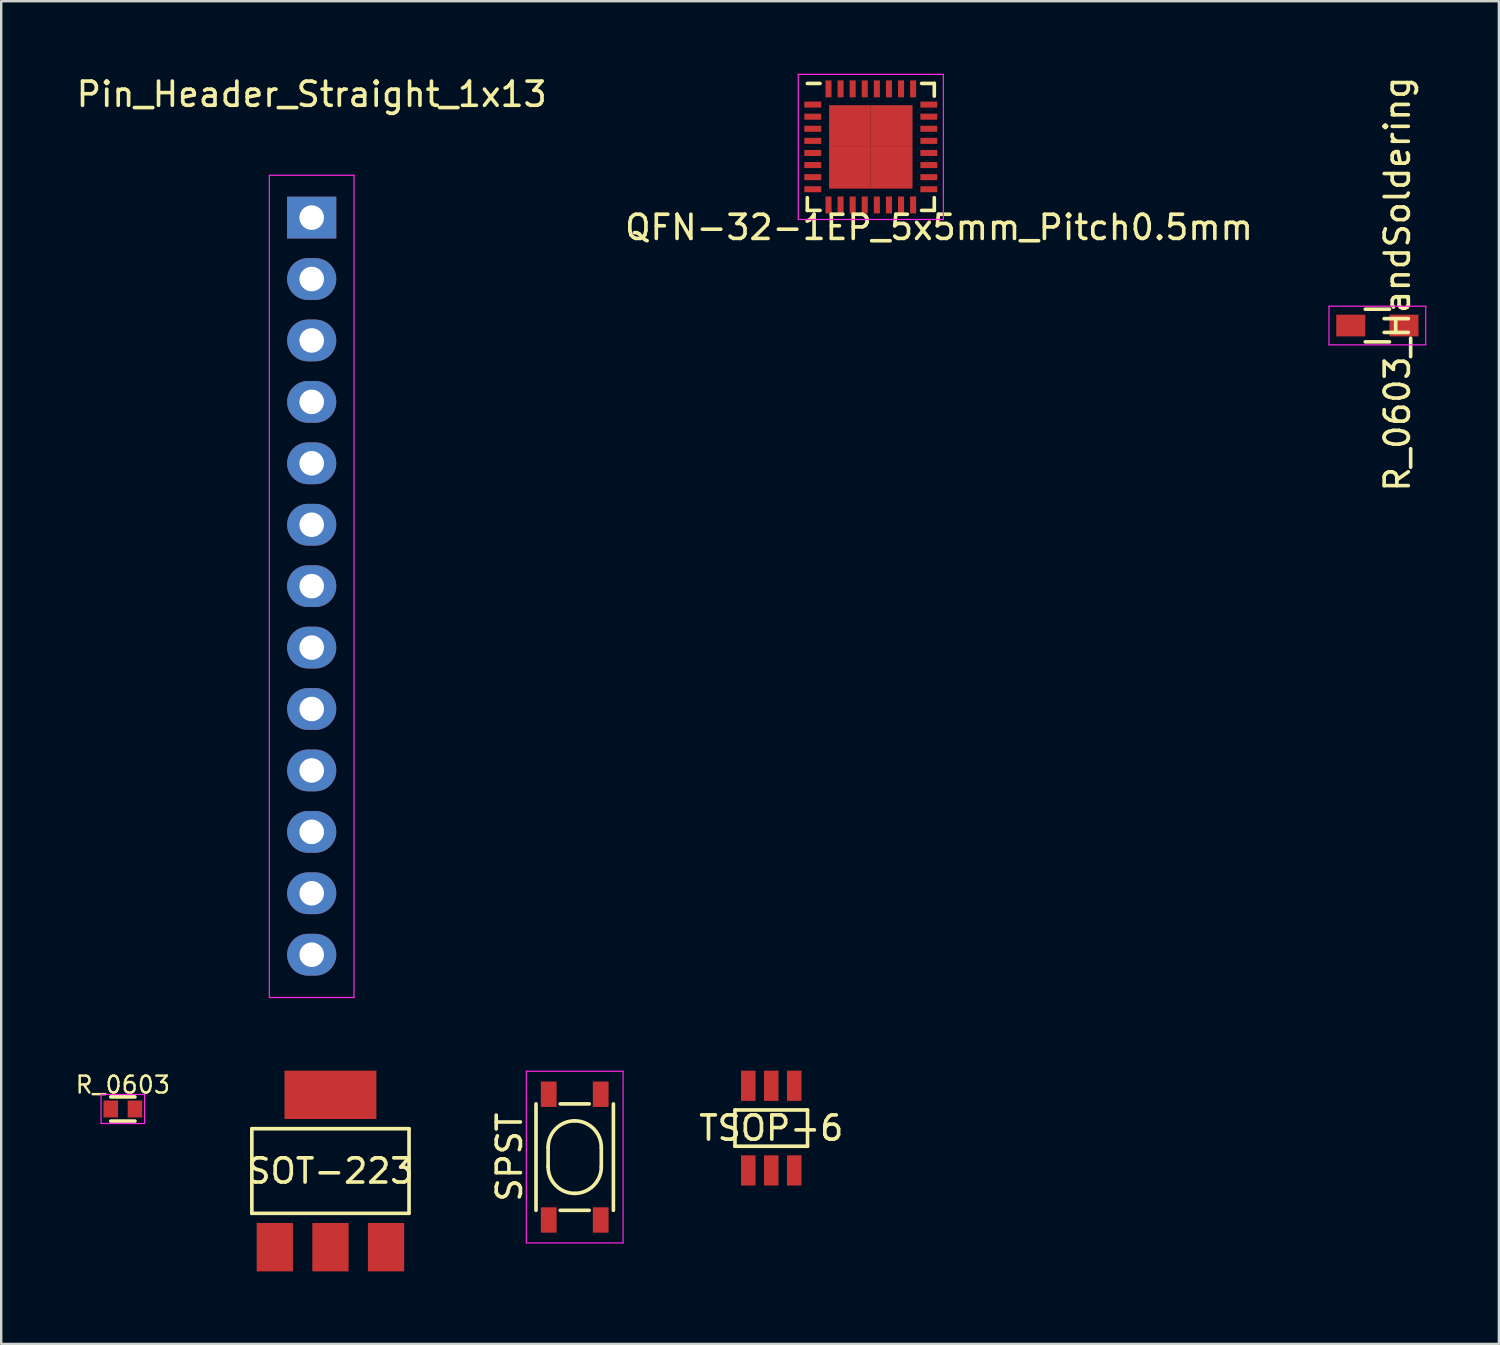
<source format=kicad_pcb>
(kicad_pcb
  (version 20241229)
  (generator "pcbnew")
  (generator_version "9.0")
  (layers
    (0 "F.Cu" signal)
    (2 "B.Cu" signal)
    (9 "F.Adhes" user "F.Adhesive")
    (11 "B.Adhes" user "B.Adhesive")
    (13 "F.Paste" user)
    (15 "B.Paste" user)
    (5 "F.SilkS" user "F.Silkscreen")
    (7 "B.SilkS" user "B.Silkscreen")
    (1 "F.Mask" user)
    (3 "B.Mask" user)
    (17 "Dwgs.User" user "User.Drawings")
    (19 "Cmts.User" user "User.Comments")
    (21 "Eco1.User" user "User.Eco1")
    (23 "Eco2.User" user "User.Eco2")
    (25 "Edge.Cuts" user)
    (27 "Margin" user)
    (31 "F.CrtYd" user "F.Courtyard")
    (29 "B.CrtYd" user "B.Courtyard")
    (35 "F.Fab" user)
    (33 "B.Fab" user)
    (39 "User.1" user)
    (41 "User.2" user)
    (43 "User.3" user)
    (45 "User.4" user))
  (footprint "R_0603"
    (layer "F.Cu")
    (at 2.03 42.808)
    (property "Reference" "R_0603" (at 0 -1 0) (layer "F.SilkS") (effects (font (size 0.7 0.7) (thickness 0.1))))
    (attr smd)
    (fp_line (start -0.5 -0.5) (end 0.5 -0.5) (stroke (width 0.15) (type solid)) (layer "F.SilkS"))
    (fp_line (start 0.5 0.5) (end -0.5 0.5) (stroke (width 0.15) (type solid)) (layer "F.SilkS"))
    (fp_line (start -0.9 -0.6) (end -0.9 0.6) (stroke (width 0.05) (type solid)) (layer "F.CrtYd"))
    (fp_line (start -0.9 -0.6) (end 0.9 -0.6) (stroke (width 0.05) (type solid)) (layer "F.CrtYd"))
    (fp_line (start -0.9 0.6) (end 0.9 0.6) (stroke (width 0.05) (type solid)) (layer "F.CrtYd"))
    (fp_line (start 0.9 -0.6) (end 0.9 0.6) (stroke (width 0.05) (type solid)) (layer "F.CrtYd"))
    (pad "1" smd rect (at -0.5 0) (size 0.6 0.7) (layers "F.Cu" "F.Mask" "F.Paste"))
    (pad "2" smd rect (at 0.5 0) (size 0.6 0.7) (layers "F.Cu" "F.Mask" "F.Paste")))
  (footprint "SOT-223"
    (layer "F.Cu")
    (at 10.614 45.373)
    (property "Reference" "SOT-223" (at 0 0 0) (layer "F.SilkS") (effects (font (size 1 1) (thickness 0.15))))
    (attr through_hole)
    (fp_line (start -3.25 -1.75) (end -3.25 1.75) (stroke (width 0.15) (type solid)) (layer "F.SilkS"))
    (fp_line (start 3.25 -1.75) (end -3.25 -1.75) (stroke (width 0.15) (type solid)) (layer "F.SilkS"))
    (fp_line (start 3.25 -1.75) (end 3.25 1.75) (stroke (width 0.15) (type solid)) (layer "F.SilkS"))
    (fp_line (start 3.25 1.75) (end -3.25 1.75) (stroke (width 0.15) (type solid)) (layer "F.SilkS"))
    (pad "1" smd rect (at -2.3 3.15) (size 1.5 2) (layers "F.Cu" "F.Mask" "F.Paste"))
    (pad "2" smd rect (at 0 3.15) (size 1.5 2) (layers "F.Cu" "F.Mask" "F.Paste"))
    (pad "3" smd rect (at 2.3 3.15) (size 1.5 2) (layers "F.Cu" "F.Mask" "F.Paste"))
    (pad "4" smd rect (at 0 -3.15) (size 3.8 2) (layers "F.Cu" "F.Mask" "F.Paste")))
  (footprint "TSOP-6"
    (layer "F.Cu")
    (at 28.842 43.598)
    (property "Reference" "TSOP-6" (at 0 0 0) (layer "F.SilkS") (effects (font (size 1 1) (thickness 0.15))))
    (attr through_hole)
    (fp_line (start -1.5 -0.75) (end 1.5 -0.75) (stroke (width 0.15) (type solid)) (layer "F.SilkS"))
    (fp_line (start -1.5 0.75) (end -1.5 -0.75) (stroke (width 0.15) (type solid)) (layer "F.SilkS"))
    (fp_line (start 1.5 -0.75) (end 1.5 0.75) (stroke (width 0.15) (type solid)) (layer "F.SilkS"))
    (fp_line (start 1.5 0.75) (end -1.5 0.75) (stroke (width 0.15) (type solid)) (layer "F.SilkS"))
    (pad "1" smd rect (at -0.95 1.75) (size 0.6 1.25) (layers "F.Cu" "F.Mask" "F.Paste"))
    (pad "2" smd rect (at 0 1.75) (size 0.6 1.25) (layers "F.Cu" "F.Mask" "F.Paste"))
    (pad "3" smd rect (at 0.95 1.75) (size 0.6 1.25) (layers "F.Cu" "F.Mask" "F.Paste"))
    (pad "4" smd rect (at 0.95 -1.75) (size 0.6 1.25) (layers "F.Cu" "F.Mask" "F.Paste"))
    (pad "5" smd rect (at 0 -1.75) (size 0.6 1.25) (layers "F.Cu" "F.Mask" "F.Paste"))
    (pad "6" smd rect (at -0.95 -1.75) (size 0.6 1.25) (layers "F.Cu" "F.Mask" "F.Paste")))
  (footprint "R_0603_HandSoldering"
    (layer "F.Cu")
    (at 53.906 10.411)
    (property "Reference" "R_0603_HandSoldering" (at 0.826 -1.714 270) (layer "F.SilkS") (effects (font (size 1 1) (thickness 0.15))))
    (attr smd)
    (fp_line (start -0.5 -0.675) (end 0.5 -0.675) (stroke (width 0.15) (type solid)) (layer "F.SilkS"))
    (fp_line (start 0.5 0.675) (end -0.5 0.675) (stroke (width 0.15) (type solid)) (layer "F.SilkS"))
    (fp_line (start -2 -0.8) (end -2 0.8) (stroke (width 0.05) (type solid)) (layer "F.CrtYd"))
    (fp_line (start -2 -0.8) (end 2 -0.8) (stroke (width 0.05) (type solid)) (layer "F.CrtYd"))
    (fp_line (start -2 0.8) (end 2 0.8) (stroke (width 0.05) (type solid)) (layer "F.CrtYd"))
    (fp_line (start 2 -0.8) (end 2 0.8) (stroke (width 0.05) (type solid)) (layer "F.CrtYd"))
    (pad "1" smd rect (at -1.1 0) (size 1.2 0.9) (layers "F.Cu" "F.Mask" "F.Paste"))
    (pad "2" smd rect (at 1.1 0) (size 1.2 0.9) (layers "F.Cu" "F.Mask" "F.Paste")))
  (footprint "SPST"
    (layer "F.Cu")
    (at 20.715 44.798)
    (property "Reference" "SPST" (at -2.7 0 90) (layer "F.SilkS") (effects (font (size 1 1) (thickness 0.15))))
    (attr smd)
    (fp_line (start -1.6 2.2) (end -1.6 -2.2) (stroke (width 0.15) (type solid)) (layer "F.SilkS"))
    (fp_line (start -1.1 0.4) (end -1.1 -0.4) (stroke (width 0.15) (type solid)) (layer "F.SilkS"))
    (fp_line (start 0.6 -2.2) (end -0.6 -2.2) (stroke (width 0.15) (type solid)) (layer "F.SilkS"))
    (fp_line (start 0.6 2.2) (end -0.6 2.2) (stroke (width 0.15) (type solid)) (layer "F.SilkS"))
    (fp_line (start 1.1 0.4) (end 1.1 -0.4) (stroke (width 0.15) (type solid)) (layer "F.SilkS"))
    (fp_line (start 1.6 -2.2) (end 1.6 2.2) (stroke (width 0.15) (type solid)) (layer "F.SilkS"))
    (fp_arc (start -1.1 -0.4) (mid -0.777817 -1.177817) (end 0 -1.5) (stroke (width 0.15) (type solid)) (layer "F.SilkS"))
    (fp_arc (start 0 -1.5) (mid 0.777817 -1.177817) (end 1.1 -0.4) (stroke (width 0.15) (type solid)) (layer "F.SilkS"))
    (fp_arc (start 0 1.5) (mid -0.777817 1.177817) (end -1.1 0.4) (stroke (width 0.15) (type solid)) (layer "F.SilkS"))
    (fp_arc (start 1.1 0.4) (mid 0.777817 1.177817) (end 0 1.5) (stroke (width 0.15) (type solid)) (layer "F.SilkS"))
    (fp_line (start -2 -3.55) (end 2 -3.55) (stroke (width 0.05) (type solid)) (layer "F.CrtYd"))
    (fp_line (start -2 3.55) (end -2 -3.55) (stroke (width 0.05) (type solid)) (layer "F.CrtYd"))
    (fp_line (start 2 -3.55) (end 2 3.55) (stroke (width 0.05) (type solid)) (layer "F.CrtYd"))
    (fp_line (start 2 3.55) (end -2 3.55) (stroke (width 0.05) (type solid)) (layer "F.CrtYd"))
    (pad "1" smd rect (at -1.075 -2.6 90) (size 1.05 0.65) (layers "F.Cu" "F.Mask" "F.Paste"))
    (pad "1" smd rect (at -1.075 2.6 90) (size 1.05 0.65) (layers "F.Cu" "F.Mask" "F.Paste"))
    (pad "2" smd rect (at 1.075 -2.6 90) (size 1.05 0.65) (layers "F.Cu" "F.Mask" "F.Paste"))
    (pad "2" smd rect (at 1.075 2.6 90) (size 1.05 0.65) (layers "F.Cu" "F.Mask" "F.Paste")))
  (footprint "Pin_Header_Straight_1x13"
    (layer "F.Cu")
    (at 9.839 5.948)
    (property "Reference" "Pin_Header_Straight_1x13" (at 0 -5.1 0) (layer "F.SilkS") (effects (font (size 1 1) (thickness 0.15))))
    (attr through_hole)
    (fp_line (start -1.75 -1.75) (end -1.75 32.25) (stroke (width 0.05) (type solid)) (layer "F.CrtYd"))
    (fp_line (start -1.75 -1.75) (end 1.75 -1.75) (stroke (width 0.05) (type solid)) (layer "F.CrtYd"))
    (fp_line (start -1.75 32.25) (end 1.75 32.25) (stroke (width 0.05) (type solid)) (layer "F.CrtYd"))
    (fp_line (start 1.75 -1.75) (end 1.75 32.25) (stroke (width 0.05) (type solid)) (layer "F.CrtYd"))
    (pad "1" thru_hole rect (at 0 0) (size 2.032 1.727) (drill 1.016) (layers "*.Cu" "*.Mask"))
    (pad "2" thru_hole oval (at 0 2.54) (size 2.032 1.727) (drill 1.016) (layers "*.Cu" "*.Mask"))
    (pad "3" thru_hole oval (at 0 5.08) (size 2.032 1.727) (drill 1.016) (layers "*.Cu" "*.Mask"))
    (pad "4" thru_hole oval (at 0 7.62) (size 2.032 1.727) (drill 1.016) (layers "*.Cu" "*.Mask"))
    (pad "5" thru_hole oval (at 0 10.16) (size 2.032 1.727) (drill 1.016) (layers "*.Cu" "*.Mask"))
    (pad "6" thru_hole oval (at 0 12.7) (size 2.032 1.727) (drill 1.016) (layers "*.Cu" "*.Mask"))
    (pad "7" thru_hole oval (at 0 15.24) (size 2.032 1.727) (drill 1.016) (layers "*.Cu" "*.Mask"))
    (pad "8" thru_hole oval (at 0 17.78) (size 2.032 1.727) (drill 1.016) (layers "*.Cu" "*.Mask"))
    (pad "9" thru_hole oval (at 0 20.32) (size 2.032 1.727) (drill 1.016) (layers "*.Cu" "*.Mask"))
    (pad "10" thru_hole oval (at 0 22.86) (size 2.032 1.727) (drill 1.016) (layers "*.Cu" "*.Mask"))
    (pad "11" thru_hole oval (at 0 25.4) (size 2.032 1.727) (drill 1.016) (layers "*.Cu" "*.Mask"))
    (pad "12" thru_hole oval (at 0 27.94) (size 2.032 1.727) (drill 1.016) (layers "*.Cu" "*.Mask"))
    (pad "13" thru_hole oval (at 0 30.48) (size 2.032 1.727) (drill 1.016) (layers "*.Cu" "*.Mask")))
  (footprint "QFN-32-1EP_5x5mm_Pitch0.5mm"
    (layer "F.Cu")
    (at 32.959 3.025)
    (property "Reference" "QFN-32-1EP_5x5mm_Pitch0.5mm" (at 2.821 3.329 0) (layer "F.SilkS") (effects (font (size 1 1) (thickness 0.15))))
    (attr smd)
    (fp_line (start -2.625 -2.625) (end -2.1 -2.625) (stroke (width 0.15) (type solid)) (layer "F.SilkS"))
    (fp_line (start -2.625 2.625) (end -2.625 2.1) (stroke (width 0.15) (type solid)) (layer "F.SilkS"))
    (fp_line (start -2.625 2.625) (end -2.1 2.625) (stroke (width 0.15) (type solid)) (layer "F.SilkS"))
    (fp_line (start 2.625 -2.625) (end 2.1 -2.625) (stroke (width 0.15) (type solid)) (layer "F.SilkS"))
    (fp_line (start 2.625 -2.625) (end 2.625 -2.1) (stroke (width 0.15) (type solid)) (layer "F.SilkS"))
    (fp_line (start 2.625 2.625) (end 2.1 2.625) (stroke (width 0.15) (type solid)) (layer "F.SilkS"))
    (fp_line (start 2.625 2.625) (end 2.625 2.1) (stroke (width 0.15) (type solid)) (layer "F.SilkS"))
    (fp_line (start -3 -3) (end -3 3) (stroke (width 0.05) (type solid)) (layer "F.CrtYd"))
    (fp_line (start -3 -3) (end 3 -3) (stroke (width 0.05) (type solid)) (layer "F.CrtYd"))
    (fp_line (start -3 3) (end 3 3) (stroke (width 0.05) (type solid)) (layer "F.CrtYd"))
    (fp_line (start 3 -3) (end 3 3) (stroke (width 0.05) (type solid)) (layer "F.CrtYd"))
    (pad "1" smd rect (at -2.4 -1.75) (size 0.7 0.25) (layers "F.Cu" "F.Mask" "F.Paste"))
    (pad "2" smd rect (at -2.4 -1.25) (size 0.7 0.25) (layers "F.Cu" "F.Mask" "F.Paste"))
    (pad "3" smd rect (at -2.4 -0.75) (size 0.7 0.25) (layers "F.Cu" "F.Mask" "F.Paste"))
    (pad "4" smd rect (at -2.4 -0.25) (size 0.7 0.25) (layers "F.Cu" "F.Mask" "F.Paste"))
    (pad "5" smd rect (at -2.4 0.25) (size 0.7 0.25) (layers "F.Cu" "F.Mask" "F.Paste"))
    (pad "6" smd rect (at -2.4 0.75) (size 0.7 0.25) (layers "F.Cu" "F.Mask" "F.Paste"))
    (pad "7" smd rect (at -2.4 1.25) (size 0.7 0.25) (layers "F.Cu" "F.Mask" "F.Paste"))
    (pad "8" smd rect (at -2.4 1.75) (size 0.7 0.25) (layers "F.Cu" "F.Mask" "F.Paste"))
    (pad "9" smd rect (at -1.75 2.4 90) (size 0.7 0.25) (layers "F.Cu" "F.Mask" "F.Paste"))
    (pad "10" smd rect (at -1.25 2.4 90) (size 0.7 0.25) (layers "F.Cu" "F.Mask" "F.Paste"))
    (pad "11" smd rect (at -0.75 2.4 90) (size 0.7 0.25) (layers "F.Cu" "F.Mask" "F.Paste"))
    (pad "12" smd rect (at -0.25 2.4 90) (size 0.7 0.25) (layers "F.Cu" "F.Mask" "F.Paste"))
    (pad "13" smd rect (at 0.25 2.4 90) (size 0.7 0.25) (layers "F.Cu" "F.Mask" "F.Paste"))
    (pad "14" smd rect (at 0.75 2.4 90) (size 0.7 0.25) (layers "F.Cu" "F.Mask" "F.Paste"))
    (pad "15" smd rect (at 1.25 2.4 90) (size 0.7 0.25) (layers "F.Cu" "F.Mask" "F.Paste"))
    (pad "16" smd rect (at 1.75 2.4 90) (size 0.7 0.25) (layers "F.Cu" "F.Mask" "F.Paste"))
    (pad "17" smd rect (at 2.4 1.75) (size 0.7 0.25) (layers "F.Cu" "F.Mask" "F.Paste"))
    (pad "18" smd rect (at 2.4 1.25) (size 0.7 0.25) (layers "F.Cu" "F.Mask" "F.Paste"))
    (pad "19" smd rect (at 2.4 0.75) (size 0.7 0.25) (layers "F.Cu" "F.Mask" "F.Paste"))
    (pad "20" smd rect (at 2.4 0.25) (size 0.7 0.25) (layers "F.Cu" "F.Mask" "F.Paste"))
    (pad "21" smd rect (at 2.4 -0.25) (size 0.7 0.25) (layers "F.Cu" "F.Mask" "F.Paste"))
    (pad "22" smd rect (at 2.4 -0.75) (size 0.7 0.25) (layers "F.Cu" "F.Mask" "F.Paste"))
    (pad "23" smd rect (at 2.4 -1.25) (size 0.7 0.25) (layers "F.Cu" "F.Mask" "F.Paste"))
    (pad "24" smd rect (at 2.4 -1.75) (size 0.7 0.25) (layers "F.Cu" "F.Mask" "F.Paste"))
    (pad "25" smd rect (at 1.75 -2.4 90) (size 0.7 0.25) (layers "F.Cu" "F.Mask" "F.Paste"))
    (pad "26" smd rect (at 1.25 -2.4 90) (size 0.7 0.25) (layers "F.Cu" "F.Mask" "F.Paste"))
    (pad "27" smd rect (at 0.75 -2.4 90) (size 0.7 0.25) (layers "F.Cu" "F.Mask" "F.Paste"))
    (pad "28" smd rect (at 0.25 -2.4 90) (size 0.7 0.25) (layers "F.Cu" "F.Mask" "F.Paste"))
    (pad "29" smd rect (at -0.25 -2.4 90) (size 0.7 0.25) (layers "F.Cu" "F.Mask" "F.Paste"))
    (pad "30" smd rect (at -0.75 -2.4 90) (size 0.7 0.25) (layers "F.Cu" "F.Mask" "F.Paste"))
    (pad "31" smd rect (at -1.25 -2.4 90) (size 0.7 0.25) (layers "F.Cu" "F.Mask" "F.Paste"))
    (pad "32" smd rect (at -1.75 -2.4 90) (size 0.7 0.25) (layers "F.Cu" "F.Mask" "F.Paste"))
    (pad "33" smd rect (at -0.863 -0.863) (size 1.725 1.725) (layers "F.Cu" "F.Mask" "F.Paste"))
    (pad "33" smd rect (at -0.863 0.863) (size 1.725 1.725) (layers "F.Cu" "F.Mask" "F.Paste"))
    (pad "33" smd rect (at 0.863 -0.863) (size 1.725 1.725) (layers "F.Cu" "F.Mask" "F.Paste"))
    (pad "33" smd rect (at 0.863 0.863) (size 1.725 1.725) (layers "F.Cu" "F.Mask" "F.Paste")))
  (gr_rect
    (start -3 -3)
    (end 58.931 52.523)
    (stroke (width 0.1) (type default))
    (fill no)
    (layer "Edge.Cuts")))
</source>
